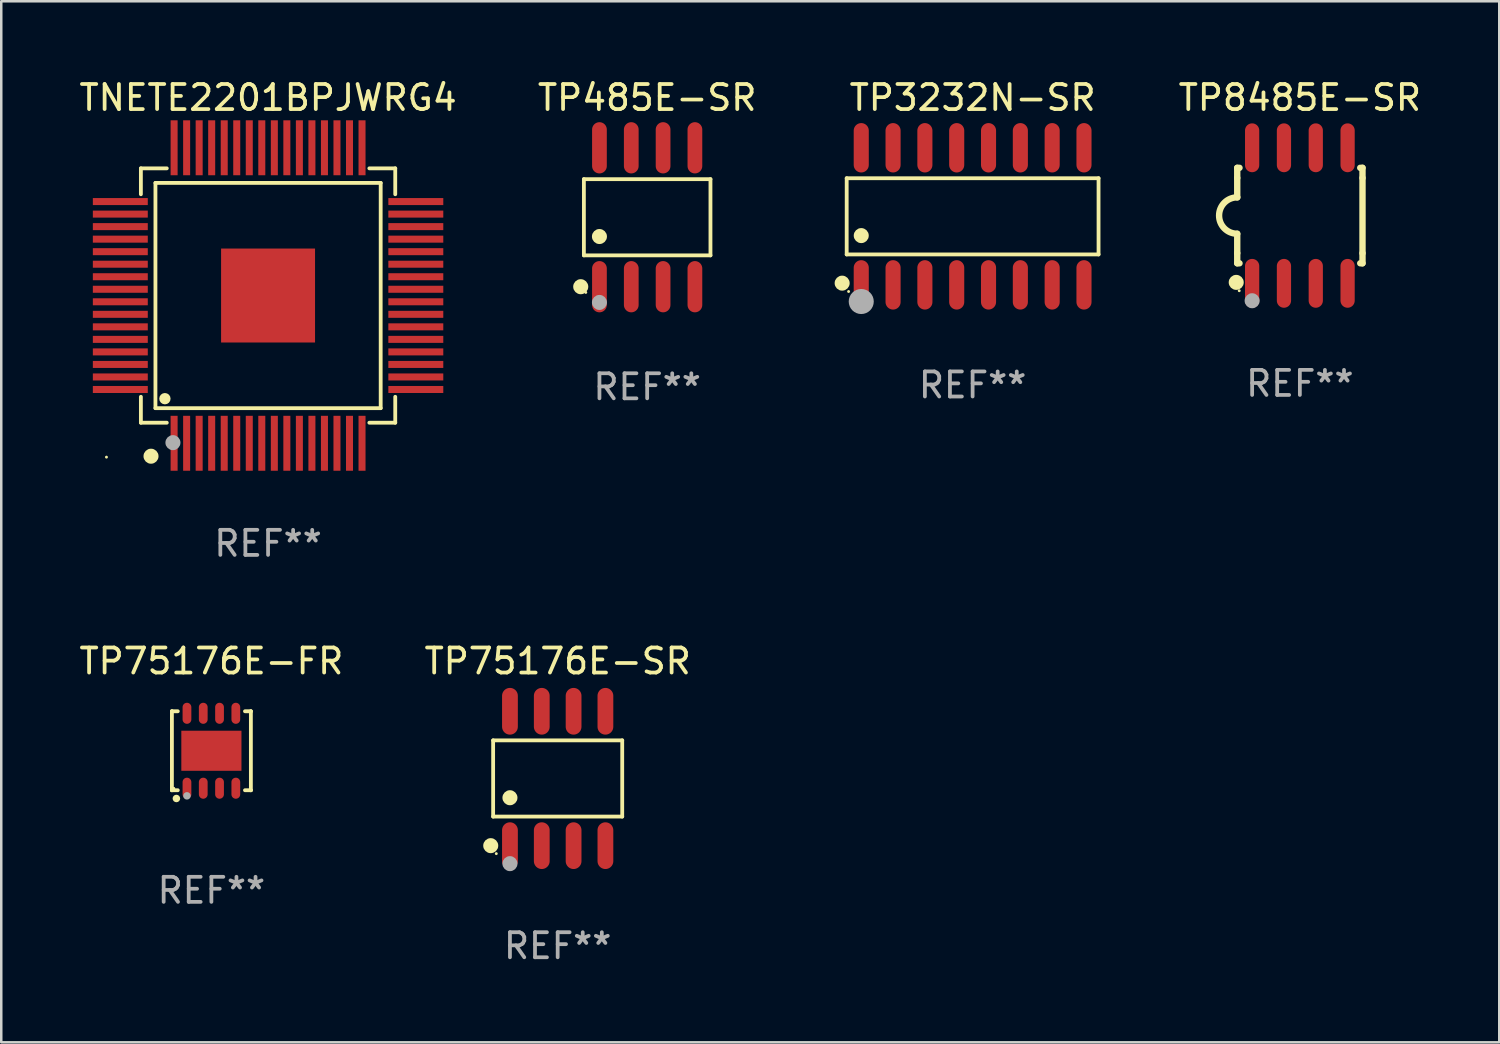
<source format=kicad_pcb>
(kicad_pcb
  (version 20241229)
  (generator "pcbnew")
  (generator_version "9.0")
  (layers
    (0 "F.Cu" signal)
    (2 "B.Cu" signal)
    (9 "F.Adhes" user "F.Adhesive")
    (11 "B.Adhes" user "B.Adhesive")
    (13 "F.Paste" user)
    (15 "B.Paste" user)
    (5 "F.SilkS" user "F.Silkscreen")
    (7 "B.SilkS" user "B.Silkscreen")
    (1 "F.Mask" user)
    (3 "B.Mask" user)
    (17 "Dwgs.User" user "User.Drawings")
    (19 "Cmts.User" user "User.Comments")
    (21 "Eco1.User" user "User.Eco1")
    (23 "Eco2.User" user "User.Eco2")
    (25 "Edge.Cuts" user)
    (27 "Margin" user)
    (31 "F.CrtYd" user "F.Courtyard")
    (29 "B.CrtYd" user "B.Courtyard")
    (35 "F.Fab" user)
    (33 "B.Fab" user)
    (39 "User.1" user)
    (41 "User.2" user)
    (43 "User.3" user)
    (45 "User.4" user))
  (footprint "TP8485E-SR"
    (layer "F.Cu")
    (at 48.83 5.553)
    (property "Reference" "TP8485E-SR" (at 0 -4.705 0) (layer "F.SilkS") (effects (font (size 1 1) (thickness 0.15))))
    (attr through_hole)
    (fp_line (start -2.5 -1.905) (end -2.409 -1.905) (stroke (width 0.254) (type solid)) (layer "F.SilkS"))
    (fp_line (start -2.5 -1.5) (end -2.5 -1.905) (stroke (width 0.254) (type solid)) (layer "F.SilkS"))
    (fp_line (start -2.5 -1.5) (end -2.5 -0.726) (stroke (width 0.254) (type solid)) (layer "F.SilkS"))
    (fp_line (start -2.5 1.5) (end -2.5 0.727) (stroke (width 0.254) (type solid)) (layer "F.SilkS"))
    (fp_line (start -2.5 1.5) (end -2.5 1.905) (stroke (width 0.254) (type solid)) (layer "F.SilkS"))
    (fp_line (start -2.5 1.905) (end -2.409 1.905) (stroke (width 0.254) (type solid)) (layer "F.SilkS"))
    (fp_line (start 2.5 -1.905) (end 2.409 -1.905) (stroke (width 0.254) (type solid)) (layer "F.SilkS"))
    (fp_line (start 2.5 -1.5) (end 2.5 -1.905) (stroke (width 0.254) (type solid)) (layer "F.SilkS"))
    (fp_line (start 2.5 -1.5) (end 2.5 1.5) (stroke (width 0.254) (type solid)) (layer "F.SilkS"))
    (fp_line (start 2.5 1.5) (end 2.5 1.905) (stroke (width 0.254) (type solid)) (layer "F.SilkS"))
    (fp_line (start 2.5 1.905) (end 2.409 1.905) (stroke (width 0.254) (type solid)) (layer "F.SilkS"))
    (fp_arc (start -2.5 0.726568) (mid -3.220316 -0.0023) (end -2.495097 -0.726289) (stroke (width 0.254001) (type solid)) (layer "F.SilkS"))
    (fp_circle (center -2.54 2.667) (end -2.39 2.667) (stroke (width 0.3) (type solid)) (fill no) (layer "F.SilkS"))
    (fp_circle (center -2.42 3) (end -2.39 3) (stroke (width 0.06) (type solid)) (fill no) (layer "F.SilkS"))
    (fp_circle (center -1.905 3.4) (end -1.755 3.4) (stroke (width 0.3) (type solid)) (fill no) (layer "F.Fab"))
    (fp_text user "REF**" (at 0 6.705 0) (layer "F.Fab") (effects (font (size 1 1) (thickness 0.15))))
    (pad "1" smd oval (at -1.905 2.705) (size 0.568 1.95) (layers "F.Cu" "F.Mask" "F.Paste"))
    (pad "2" smd oval (at -0.635 2.705) (size 0.568 1.95) (layers "F.Cu" "F.Mask" "F.Paste"))
    (pad "3" smd oval (at 0.635 2.705) (size 0.568 1.95) (layers "F.Cu" "F.Mask" "F.Paste"))
    (pad "4" smd oval (at 1.905 2.705) (size 0.568 1.95) (layers "F.Cu" "F.Mask" "F.Paste"))
    (pad "5" smd oval (at 1.905 -2.705) (size 0.568 1.95) (layers "F.Cu" "F.Mask" "F.Paste"))
    (pad "6" smd oval (at 0.635 -2.705) (size 0.568 1.95) (layers "F.Cu" "F.Mask" "F.Paste"))
    (pad "7" smd oval (at -0.635 -2.705) (size 0.568 1.95) (layers "F.Cu" "F.Mask" "F.Paste"))
    (pad "8" smd oval (at -1.905 -2.705) (size 0.568 1.95) (layers "F.Cu" "F.Mask" "F.Paste")))
  (footprint "TNETE2201BPJWRG4"
    (layer "F.Cu")
    (at 7.649 8.745)
    (property "Reference" "TNETE2201BPJWRG4" (at 0 -7.897 0) (layer "F.SilkS") (effects (font (size 1 1) (thickness 0.15))))
    (attr through_hole)
    (fp_line (start -5.076 -5.076) (end -5.076 -4.042) (stroke (width 0.152) (type solid)) (layer "F.SilkS"))
    (fp_line (start -5.076 5.076) (end -5.076 4.042) (stroke (width 0.152) (type solid)) (layer "F.SilkS"))
    (fp_line (start -4.495 -4.495) (end 4.495 -4.495) (stroke (width 0.152) (type solid)) (layer "F.SilkS"))
    (fp_line (start -4.495 4.495) (end -4.495 -4.495) (stroke (width 0.152) (type solid)) (layer "F.SilkS"))
    (fp_line (start -4.042 -5.076) (end -5.076 -5.076) (stroke (width 0.152) (type solid)) (layer "F.SilkS"))
    (fp_line (start -4.042 5.076) (end -5.076 5.076) (stroke (width 0.152) (type solid)) (layer "F.SilkS"))
    (fp_line (start 4.042 -5.076) (end 5.076 -5.076) (stroke (width 0.152) (type solid)) (layer "F.SilkS"))
    (fp_line (start 4.042 5.076) (end 5.076 5.076) (stroke (width 0.152) (type solid)) (layer "F.SilkS"))
    (fp_line (start 4.495 -4.495) (end 4.495 4.495) (stroke (width 0.152) (type solid)) (layer "F.SilkS"))
    (fp_line (start 4.495 4.495) (end -4.495 4.495) (stroke (width 0.152) (type solid)) (layer "F.SilkS"))
    (fp_line (start 5.076 -5.076) (end 5.076 -4.042) (stroke (width 0.152) (type solid)) (layer "F.SilkS"))
    (fp_line (start 5.076 5.076) (end 5.076 4.042) (stroke (width 0.152) (type solid)) (layer "F.SilkS"))
    (fp_circle (center -6.45 6.45) (end -6.42 6.45) (stroke (width 0.06) (type solid)) (fill no) (layer "F.SilkS"))
    (fp_circle (center -4.672 6.413) (end -4.522 6.413) (stroke (width 0.3) (type solid)) (fill no) (layer "F.SilkS"))
    (fp_circle (center -4.117 4.117) (end -4.004 4.117) (stroke (width 0.226) (type solid)) (fill no) (layer "F.SilkS"))
    (fp_circle (center -3.797 5.872) (end -3.647 5.872) (stroke (width 0.3) (type solid)) (fill no) (layer "F.Fab"))
    (fp_text user "REF**" (at 0 9.897 0) (layer "F.Fab") (effects (font (size 1 1) (thickness 0.15))))
    (pad "1" smd rect (at -3.75 5.897) (size 0.28 2.193) (layers "F.Cu" "F.Mask" "F.Paste"))
    (pad "2" smd rect (at -3.25 5.897) (size 0.28 2.193) (layers "F.Cu" "F.Mask" "F.Paste"))
    (pad "3" smd rect (at -2.75 5.897) (size 0.28 2.193) (layers "F.Cu" "F.Mask" "F.Paste"))
    (pad "4" smd rect (at -2.25 5.897) (size 0.28 2.193) (layers "F.Cu" "F.Mask" "F.Paste"))
    (pad "5" smd rect (at -1.75 5.897) (size 0.28 2.193) (layers "F.Cu" "F.Mask" "F.Paste"))
    (pad "6" smd rect (at -1.25 5.897) (size 0.28 2.193) (layers "F.Cu" "F.Mask" "F.Paste"))
    (pad "7" smd rect (at -0.75 5.897) (size 0.28 2.193) (layers "F.Cu" "F.Mask" "F.Paste"))
    (pad "8" smd rect (at -0.25 5.897) (size 0.28 2.193) (layers "F.Cu" "F.Mask" "F.Paste"))
    (pad "9" smd rect (at 0.25 5.897) (size 0.28 2.193) (layers "F.Cu" "F.Mask" "F.Paste"))
    (pad "10" smd rect (at 0.75 5.897) (size 0.28 2.193) (layers "F.Cu" "F.Mask" "F.Paste"))
    (pad "11" smd rect (at 1.25 5.897) (size 0.28 2.193) (layers "F.Cu" "F.Mask" "F.Paste"))
    (pad "12" smd rect (at 1.75 5.897) (size 0.28 2.193) (layers "F.Cu" "F.Mask" "F.Paste"))
    (pad "13" smd rect (at 2.25 5.897) (size 0.28 2.193) (layers "F.Cu" "F.Mask" "F.Paste"))
    (pad "14" smd rect (at 2.75 5.897) (size 0.28 2.193) (layers "F.Cu" "F.Mask" "F.Paste"))
    (pad "15" smd rect (at 3.25 5.897) (size 0.28 2.193) (layers "F.Cu" "F.Mask" "F.Paste"))
    (pad "16" smd rect (at 3.75 5.897) (size 0.28 2.193) (layers "F.Cu" "F.Mask" "F.Paste"))
    (pad "17" smd rect (at 5.897 3.75) (size 2.193 0.28) (layers "F.Cu" "F.Mask" "F.Paste"))
    (pad "18" smd rect (at 5.897 3.25) (size 2.193 0.28) (layers "F.Cu" "F.Mask" "F.Paste"))
    (pad "19" smd rect (at 5.897 2.75) (size 2.193 0.28) (layers "F.Cu" "F.Mask" "F.Paste"))
    (pad "20" smd rect (at 5.897 2.25) (size 2.193 0.28) (layers "F.Cu" "F.Mask" "F.Paste"))
    (pad "21" smd rect (at 5.897 1.75) (size 2.193 0.28) (layers "F.Cu" "F.Mask" "F.Paste"))
    (pad "22" smd rect (at 5.897 1.25) (size 2.193 0.28) (layers "F.Cu" "F.Mask" "F.Paste"))
    (pad "23" smd rect (at 5.897 0.75) (size 2.193 0.28) (layers "F.Cu" "F.Mask" "F.Paste"))
    (pad "24" smd rect (at 5.897 0.25) (size 2.193 0.28) (layers "F.Cu" "F.Mask" "F.Paste"))
    (pad "25" smd rect (at 5.897 -0.25) (size 2.193 0.28) (layers "F.Cu" "F.Mask" "F.Paste"))
    (pad "26" smd rect (at 5.897 -0.75) (size 2.193 0.28) (layers "F.Cu" "F.Mask" "F.Paste"))
    (pad "27" smd rect (at 5.897 -1.25) (size 2.193 0.28) (layers "F.Cu" "F.Mask" "F.Paste"))
    (pad "28" smd rect (at 5.897 -1.75) (size 2.193 0.28) (layers "F.Cu" "F.Mask" "F.Paste"))
    (pad "29" smd rect (at 5.897 -2.25) (size 2.193 0.28) (layers "F.Cu" "F.Mask" "F.Paste"))
    (pad "30" smd rect (at 5.897 -2.75) (size 2.193 0.28) (layers "F.Cu" "F.Mask" "F.Paste"))
    (pad "31" smd rect (at 5.897 -3.25) (size 2.193 0.28) (layers "F.Cu" "F.Mask" "F.Paste"))
    (pad "32" smd rect (at 5.897 -3.75) (size 2.193 0.28) (layers "F.Cu" "F.Mask" "F.Paste"))
    (pad "33" smd rect (at 3.75 -5.897) (size 0.28 2.193) (layers "F.Cu" "F.Mask" "F.Paste"))
    (pad "34" smd rect (at 3.25 -5.897) (size 0.28 2.193) (layers "F.Cu" "F.Mask" "F.Paste"))
    (pad "35" smd rect (at 2.75 -5.897) (size 0.28 2.193) (layers "F.Cu" "F.Mask" "F.Paste"))
    (pad "36" smd rect (at 2.25 -5.897) (size 0.28 2.193) (layers "F.Cu" "F.Mask" "F.Paste"))
    (pad "37" smd rect (at 1.75 -5.897) (size 0.28 2.193) (layers "F.Cu" "F.Mask" "F.Paste"))
    (pad "38" smd rect (at 1.25 -5.897) (size 0.28 2.193) (layers "F.Cu" "F.Mask" "F.Paste"))
    (pad "39" smd rect (at 0.75 -5.897) (size 0.28 2.193) (layers "F.Cu" "F.Mask" "F.Paste"))
    (pad "40" smd rect (at 0.25 -5.897) (size 0.28 2.193) (layers "F.Cu" "F.Mask" "F.Paste"))
    (pad "41" smd rect (at -0.25 -5.897) (size 0.28 2.193) (layers "F.Cu" "F.Mask" "F.Paste"))
    (pad "42" smd rect (at -0.75 -5.897) (size 0.28 2.193) (layers "F.Cu" "F.Mask" "F.Paste"))
    (pad "43" smd rect (at -1.25 -5.897) (size 0.28 2.193) (layers "F.Cu" "F.Mask" "F.Paste"))
    (pad "44" smd rect (at -1.75 -5.897) (size 0.28 2.193) (layers "F.Cu" "F.Mask" "F.Paste"))
    (pad "45" smd rect (at -2.25 -5.897) (size 0.28 2.193) (layers "F.Cu" "F.Mask" "F.Paste"))
    (pad "46" smd rect (at -2.75 -5.897) (size 0.28 2.193) (layers "F.Cu" "F.Mask" "F.Paste"))
    (pad "47" smd rect (at -3.25 -5.897) (size 0.28 2.193) (layers "F.Cu" "F.Mask" "F.Paste"))
    (pad "48" smd rect (at -3.75 -5.897) (size 0.28 2.193) (layers "F.Cu" "F.Mask" "F.Paste"))
    (pad "49" smd rect (at -5.897 -3.75) (size 2.193 0.28) (layers "F.Cu" "F.Mask" "F.Paste"))
    (pad "50" smd rect (at -5.897 -3.25) (size 2.193 0.28) (layers "F.Cu" "F.Mask" "F.Paste"))
    (pad "51" smd rect (at -5.897 -2.75) (size 2.193 0.28) (layers "F.Cu" "F.Mask" "F.Paste"))
    (pad "52" smd rect (at -5.897 -2.25) (size 2.193 0.28) (layers "F.Cu" "F.Mask" "F.Paste"))
    (pad "53" smd rect (at -5.897 -1.75) (size 2.193 0.28) (layers "F.Cu" "F.Mask" "F.Paste"))
    (pad "54" smd rect (at -5.897 -1.25) (size 2.193 0.28) (layers "F.Cu" "F.Mask" "F.Paste"))
    (pad "55" smd rect (at -5.897 -0.75) (size 2.193 0.28) (layers "F.Cu" "F.Mask" "F.Paste"))
    (pad "56" smd rect (at -5.897 -0.25) (size 2.193 0.28) (layers "F.Cu" "F.Mask" "F.Paste"))
    (pad "57" smd rect (at -5.897 0.25) (size 2.193 0.28) (layers "F.Cu" "F.Mask" "F.Paste"))
    (pad "58" smd rect (at -5.897 0.75) (size 2.193 0.28) (layers "F.Cu" "F.Mask" "F.Paste"))
    (pad "59" smd rect (at -5.897 1.25) (size 2.193 0.28) (layers "F.Cu" "F.Mask" "F.Paste"))
    (pad "60" smd rect (at -5.897 1.75) (size 2.193 0.28) (layers "F.Cu" "F.Mask" "F.Paste"))
    (pad "61" smd rect (at -5.897 2.25) (size 2.193 0.28) (layers "F.Cu" "F.Mask" "F.Paste"))
    (pad "62" smd rect (at -5.897 2.75) (size 2.193 0.28) (layers "F.Cu" "F.Mask" "F.Paste"))
    (pad "63" smd rect (at -5.897 3.25) (size 2.193 0.28) (layers "F.Cu" "F.Mask" "F.Paste"))
    (pad "64" smd rect (at -5.897 3.75) (size 2.193 0.28) (layers "F.Cu" "F.Mask" "F.Paste"))
    (pad "65" smd rect (at 0 0) (size 3.75 3.75) (layers "F.Cu" "F.Mask" "F.Paste")))
  (footprint "TP3232N-SR"
    (layer "F.Cu")
    (at 35.769 5.584)
    (property "Reference" "TP3232N-SR" (at 0 -4.736 0) (layer "F.SilkS") (effects (font (size 1 1) (thickness 0.15))))
    (attr through_hole)
    (fp_line (start -5.026 -1.521) (end 5.026 -1.521) (stroke (width 0.152) (type solid)) (layer "F.SilkS"))
    (fp_line (start -5.026 1.521) (end -5.026 -1.521) (stroke (width 0.152) (type solid)) (layer "F.SilkS"))
    (fp_line (start 5.026 -1.521) (end 5.026 1.521) (stroke (width 0.152) (type solid)) (layer "F.SilkS"))
    (fp_line (start 5.026 1.521) (end -5.026 1.521) (stroke (width 0.152) (type solid)) (layer "F.SilkS"))
    (fp_circle (center -5.207 2.667) (end -5.057 2.667) (stroke (width 0.3) (type solid)) (fill no) (layer "F.SilkS"))
    (fp_circle (center -4.95 3) (end -4.92 3) (stroke (width 0.06) (type solid)) (fill no) (layer "F.SilkS"))
    (fp_circle (center -4.445 0.769) (end -4.295 0.769) (stroke (width 0.3) (type solid)) (fill no) (layer "F.SilkS"))
    (fp_circle (center -4.445 3.4) (end -4.195 3.4) (stroke (width 0.5) (type solid)) (fill no) (layer "F.Fab"))
    (fp_text user "REF**" (at 0 6.736 0) (layer "F.Fab") (effects (font (size 1 1) (thickness 0.15))))
    (pad "1" smd oval (at -4.445 2.736) (size 0.602 1.971) (layers "F.Cu" "F.Mask" "F.Paste"))
    (pad "2" smd oval (at -3.175 2.736) (size 0.602 1.971) (layers "F.Cu" "F.Mask" "F.Paste"))
    (pad "3" smd oval (at -1.905 2.736) (size 0.602 1.971) (layers "F.Cu" "F.Mask" "F.Paste"))
    (pad "4" smd oval (at -0.635 2.736) (size 0.602 1.971) (layers "F.Cu" "F.Mask" "F.Paste"))
    (pad "5" smd oval (at 0.635 2.736) (size 0.602 1.971) (layers "F.Cu" "F.Mask" "F.Paste"))
    (pad "6" smd oval (at 1.905 2.736) (size 0.602 1.971) (layers "F.Cu" "F.Mask" "F.Paste"))
    (pad "7" smd oval (at 3.175 2.736) (size 0.602 1.971) (layers "F.Cu" "F.Mask" "F.Paste"))
    (pad "8" smd oval (at 4.445 2.736) (size 0.602 1.971) (layers "F.Cu" "F.Mask" "F.Paste"))
    (pad "9" smd oval (at 4.445 -2.736) (size 0.602 1.971) (layers "F.Cu" "F.Mask" "F.Paste"))
    (pad "10" smd oval (at 3.175 -2.736) (size 0.602 1.971) (layers "F.Cu" "F.Mask" "F.Paste"))
    (pad "11" smd oval (at 1.905 -2.736) (size 0.602 1.971) (layers "F.Cu" "F.Mask" "F.Paste"))
    (pad "12" smd oval (at 0.635 -2.736) (size 0.602 1.971) (layers "F.Cu" "F.Mask" "F.Paste"))
    (pad "13" smd oval (at -0.635 -2.736) (size 0.602 1.971) (layers "F.Cu" "F.Mask" "F.Paste"))
    (pad "14" smd oval (at -1.905 -2.736) (size 0.602 1.971) (layers "F.Cu" "F.Mask" "F.Paste"))
    (pad "15" smd oval (at -3.175 -2.736) (size 0.602 1.971) (layers "F.Cu" "F.Mask" "F.Paste"))
    (pad "16" smd oval (at -4.445 -2.736) (size 0.602 1.971) (layers "F.Cu" "F.Mask" "F.Paste")))
  (footprint "TP75176E-SR"
    (layer "F.Cu")
    (at 19.208 28.02)
    (property "Reference" "TP75176E-SR" (at 0 -4.682 0) (layer "F.SilkS") (effects (font (size 1 1) (thickness 0.15))))
    (attr through_hole)
    (fp_line (start -2.576 -1.521) (end 2.576 -1.521) (stroke (width 0.152) (type solid)) (layer "F.SilkS"))
    (fp_line (start -2.576 1.521) (end -2.576 -1.521) (stroke (width 0.152) (type solid)) (layer "F.SilkS"))
    (fp_line (start 2.576 -1.521) (end 2.576 1.521) (stroke (width 0.152) (type solid)) (layer "F.SilkS"))
    (fp_line (start 2.576 1.521) (end -2.576 1.521) (stroke (width 0.152) (type solid)) (layer "F.SilkS"))
    (fp_circle (center -2.672 2.682) (end -2.522 2.682) (stroke (width 0.3) (type solid)) (fill no) (layer "F.SilkS"))
    (fp_circle (center -2.45 3) (end -2.42 3) (stroke (width 0.06) (type solid)) (fill no) (layer "F.SilkS"))
    (fp_circle (center -1.905 0.769) (end -1.755 0.769) (stroke (width 0.3) (type solid)) (fill no) (layer "F.SilkS"))
    (fp_circle (center -1.905 3.4) (end -1.755 3.4) (stroke (width 0.3) (type solid)) (fill no) (layer "F.Fab"))
    (fp_text user "REF**" (at 0 6.682 0) (layer "F.Fab") (effects (font (size 1 1) (thickness 0.15))))
    (pad "1" smd oval (at -1.905 2.682) (size 0.63 1.865) (layers "F.Cu" "F.Mask" "F.Paste"))
    (pad "2" smd oval (at -0.635 2.682) (size 0.63 1.865) (layers "F.Cu" "F.Mask" "F.Paste"))
    (pad "3" smd oval (at 0.635 2.682) (size 0.63 1.865) (layers "F.Cu" "F.Mask" "F.Paste"))
    (pad "4" smd oval (at 1.905 2.682) (size 0.63 1.865) (layers "F.Cu" "F.Mask" "F.Paste"))
    (pad "5" smd oval (at 1.905 -2.682) (size 0.63 1.865) (layers "F.Cu" "F.Mask" "F.Paste"))
    (pad "6" smd oval (at 0.635 -2.682) (size 0.63 1.865) (layers "F.Cu" "F.Mask" "F.Paste"))
    (pad "7" smd oval (at -0.635 -2.682) (size 0.63 1.865) (layers "F.Cu" "F.Mask" "F.Paste"))
    (pad "8" smd oval (at -1.905 -2.682) (size 0.63 1.865) (layers "F.Cu" "F.Mask" "F.Paste")))
  (footprint "TP75176E-FR"
    (layer "F.Cu")
    (at 5.387 26.914)
    (property "Reference" "TP75176E-FR" (at 0 -3.576 0) (layer "F.SilkS") (effects (font (size 1 1) (thickness 0.15))))
    (attr through_hole)
    (fp_line (start -1.576 -1.576) (end -1.576 -1.576) (stroke (width 0.152) (type solid)) (layer "F.SilkS"))
    (fp_line (start -1.576 -1.576) (end -1.341 -1.576) (stroke (width 0.152) (type solid)) (layer "F.SilkS"))
    (fp_line (start -1.576 1.576) (end -1.576 -1.576) (stroke (width 0.152) (type solid)) (layer "F.SilkS"))
    (fp_line (start -1.576 1.576) (end -1.576 1.576) (stroke (width 0.152) (type solid)) (layer "F.SilkS"))
    (fp_line (start -1.341 1.576) (end -1.576 1.576) (stroke (width 0.152) (type solid)) (layer "F.SilkS"))
    (fp_line (start 1.341 1.576) (end 1.576 1.576) (stroke (width 0.152) (type solid)) (layer "F.SilkS"))
    (fp_line (start 1.576 -1.576) (end 1.341 -1.576) (stroke (width 0.152) (type solid)) (layer "F.SilkS"))
    (fp_line (start 1.576 -1.576) (end 1.576 -1.576) (stroke (width 0.152) (type solid)) (layer "F.SilkS"))
    (fp_line (start 1.576 1.576) (end 1.576 -1.576) (stroke (width 0.152) (type solid)) (layer "F.SilkS"))
    (fp_line (start 1.576 1.576) (end 1.576 1.576) (stroke (width 0.152) (type solid)) (layer "F.SilkS"))
    (fp_circle (center -1.5 1.5) (end -1.47 1.5) (stroke (width 0.06) (type solid)) (fill no) (layer "F.SilkS"))
    (fp_circle (center -1.397 1.905) (end -1.322 1.905) (stroke (width 0.15) (type solid)) (fill no) (layer "F.SilkS"))
    (fp_circle (center -0.975 1.8) (end -0.9 1.8) (stroke (width 0.15) (type solid)) (fill no) (layer "F.Fab"))
    (fp_text user "REF**" (at 0 5.576 0) (layer "F.Fab") (effects (font (size 1 1) (thickness 0.15))))
    (pad "1" smd oval (at -0.975 1.495) (size 0.35 0.84) (layers "F.Cu" "F.Mask" "F.Paste"))
    (pad "2" smd oval (at -0.325 1.495) (size 0.35 0.84) (layers "F.Cu" "F.Mask" "F.Paste"))
    (pad "3" smd oval (at 0.325 1.495) (size 0.35 0.84) (layers "F.Cu" "F.Mask" "F.Paste"))
    (pad "4" smd oval (at 0.975 1.495) (size 0.35 0.84) (layers "F.Cu" "F.Mask" "F.Paste"))
    (pad "5" smd oval (at 0.975 -1.495) (size 0.35 0.84) (layers "F.Cu" "F.Mask" "F.Paste"))
    (pad "6" smd oval (at 0.325 -1.495) (size 0.35 0.84) (layers "F.Cu" "F.Mask" "F.Paste"))
    (pad "7" smd oval (at -0.325 -1.495) (size 0.35 0.84) (layers "F.Cu" "F.Mask" "F.Paste"))
    (pad "8" smd oval (at -0.975 -1.495) (size 0.35 0.84) (layers "F.Cu" "F.Mask" "F.Paste"))
    (pad "9" smd rect (at 0 0) (size 2.4 1.6) (layers "F.Cu" "F.Mask" "F.Paste")))
  (footprint "TP485E-SR"
    (layer "F.Cu")
    (at 22.78 5.621)
    (property "Reference" "TP485E-SR" (at 0 -4.772 0) (layer "F.SilkS") (effects (font (size 1 1) (thickness 0.15))))
    (attr through_hole)
    (fp_line (start -2.526 -1.521) (end 2.526 -1.521) (stroke (width 0.152) (type solid)) (layer "F.SilkS"))
    (fp_line (start -2.526 1.521) (end -2.526 -1.521) (stroke (width 0.152) (type solid)) (layer "F.SilkS"))
    (fp_line (start 2.526 -1.521) (end 2.526 1.521) (stroke (width 0.152) (type solid)) (layer "F.SilkS"))
    (fp_line (start 2.526 1.521) (end -2.526 1.521) (stroke (width 0.152) (type solid)) (layer "F.SilkS"))
    (fp_circle (center -2.652 2.772) (end -2.501 2.772) (stroke (width 0.3) (type solid)) (fill no) (layer "F.SilkS"))
    (fp_circle (center -2.45 3) (end -2.42 3) (stroke (width 0.06) (type solid)) (fill no) (layer "F.SilkS"))
    (fp_circle (center -1.905 0.769) (end -1.755 0.769) (stroke (width 0.3) (type solid)) (fill no) (layer "F.SilkS"))
    (fp_circle (center -1.905 3.4) (end -1.755 3.4) (stroke (width 0.3) (type solid)) (fill no) (layer "F.Fab"))
    (fp_text user "REF**" (at 0 6.772 0) (layer "F.Fab") (effects (font (size 1 1) (thickness 0.15))))
    (pad "1" smd oval (at -1.905 2.772) (size 0.588 2.045) (layers "F.Cu" "F.Mask" "F.Paste"))
    (pad "2" smd oval (at -0.635 2.772) (size 0.588 2.045) (layers "F.Cu" "F.Mask" "F.Paste"))
    (pad "3" smd oval (at 0.635 2.772) (size 0.588 2.045) (layers "F.Cu" "F.Mask" "F.Paste"))
    (pad "4" smd oval (at 1.905 2.772) (size 0.588 2.045) (layers "F.Cu" "F.Mask" "F.Paste"))
    (pad "5" smd oval (at 1.905 -2.772) (size 0.588 2.045) (layers "F.Cu" "F.Mask" "F.Paste"))
    (pad "6" smd oval (at 0.635 -2.772) (size 0.588 2.045) (layers "F.Cu" "F.Mask" "F.Paste"))
    (pad "7" smd oval (at -0.635 -2.772) (size 0.588 2.045) (layers "F.Cu" "F.Mask" "F.Paste"))
    (pad "8" smd oval (at -1.905 -2.772) (size 0.588 2.045) (layers "F.Cu" "F.Mask" "F.Paste")))
  (gr_rect
    (start -3 -3)
    (end 56.788 38.551)
    (stroke (width 0.1) (type default))
    (fill no)
    (layer "Edge.Cuts")))
</source>
